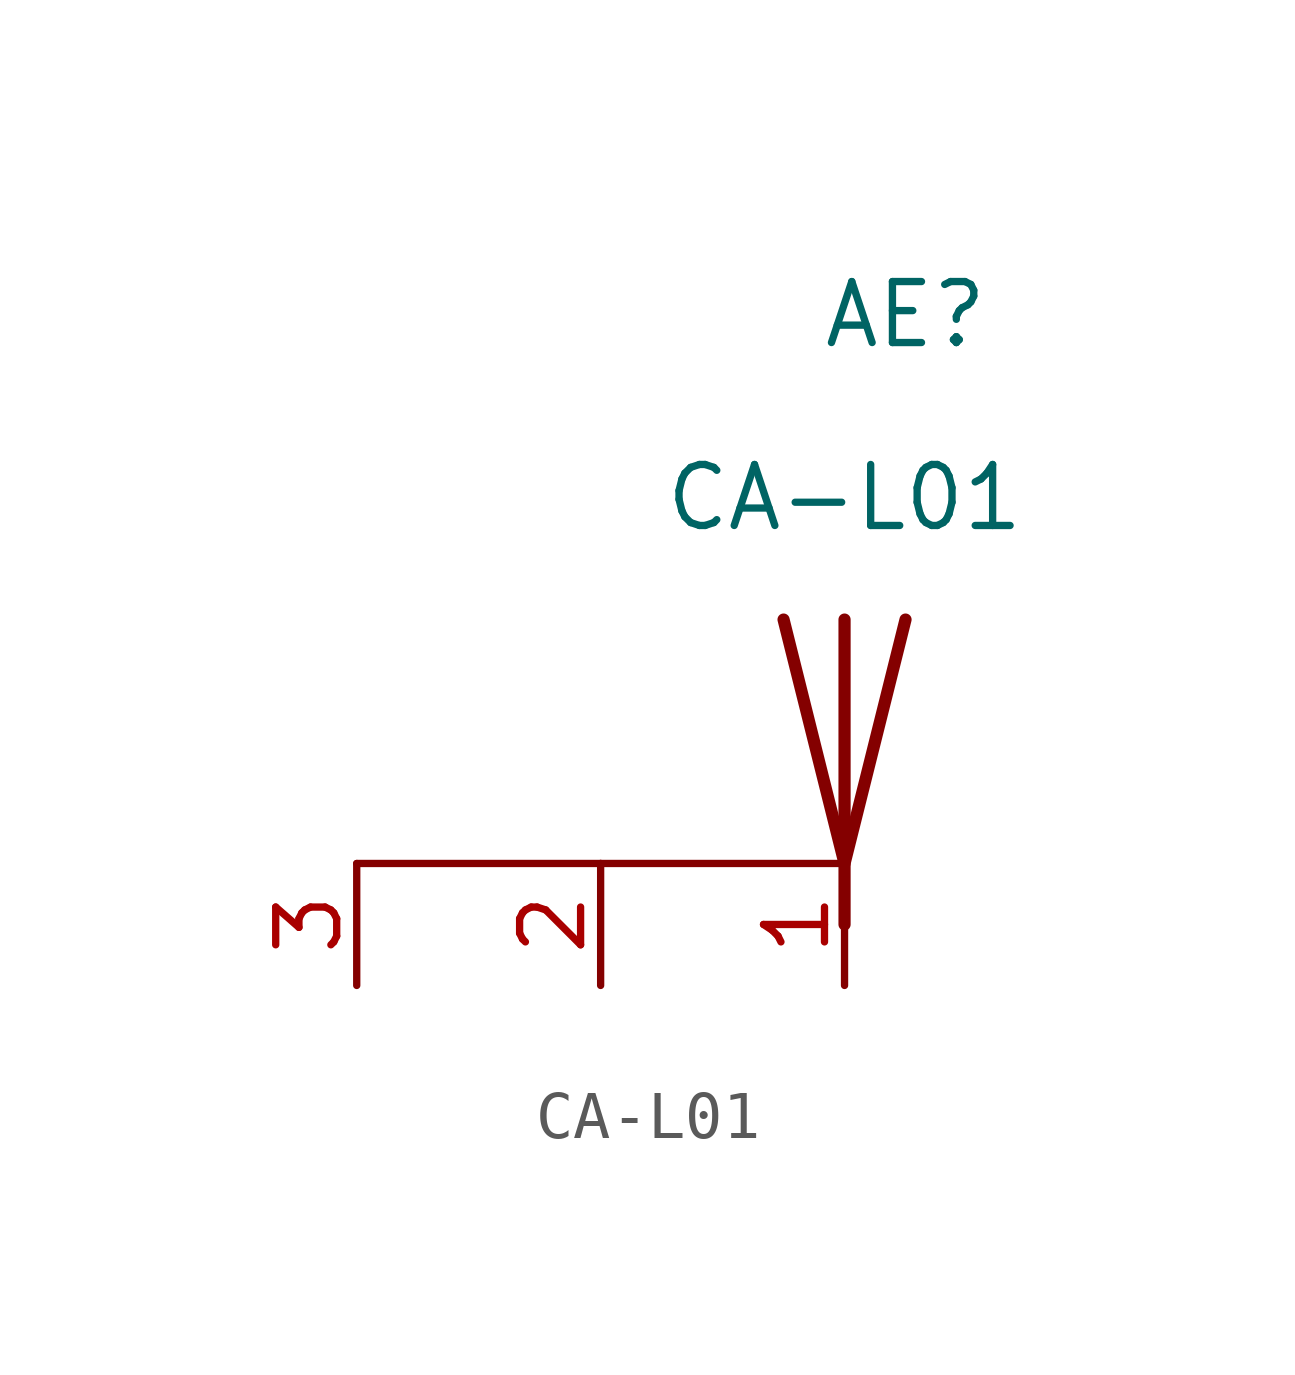
<source format=kicad_sym>
(kicad_symbol_lib
  (version 20220914)
  (generator kicad_symbol_editor)
  (symbol "CA-L01"
    (pin_names hide)
    (property "Reference" "AE"
      (at 1.27 13.97 0)
      (effects (font (size 1.27 1.27))))
    (property "Value" "CA-L01"
      (at 0 10.16 0)
      (effects (font (size 1.27 1.27))))
    (symbol "CA-L01_0_1"
      (polyline (pts (xy -10.16 2.54) (xy -5.08 2.54)) (stroke (width 0) (type default)) (fill (type none)))
      (polyline (pts (xy -5.08 2.54) (xy 0 2.54)) (stroke (width 0) (type default)) (fill (type none)))
      (polyline (pts (xy 0 7.62) (xy 0 1.27)) (stroke (width 0.254) (type default)) (fill (type none)))
      (polyline (pts (xy 1.27 7.62) (xy 0 2.54) (xy -1.27 7.62)) (stroke (width 0.254) (type default)) (fill (type none))))
    (symbol "CA-L01_1_1"
      (pin input line (at 0 0 90) (length 2.54) (name "A" (effects (font (size 1.27 1.27)))) (number "1" (effects (font (size 1.27 1.27)))))
      (pin input line (at -5.08 0 90) (length 2.54) (name "B" (effects (font (size 1.27 1.27)))) (number "2" (effects (font (size 1.27 1.27)))))
      (pin input line (at -10.16 0 90) (length 2.54) (name "B" (effects (font (size 1.27 1.27)))) (number "3" (effects (font (size 1.27 1.27))))))))
</source>
